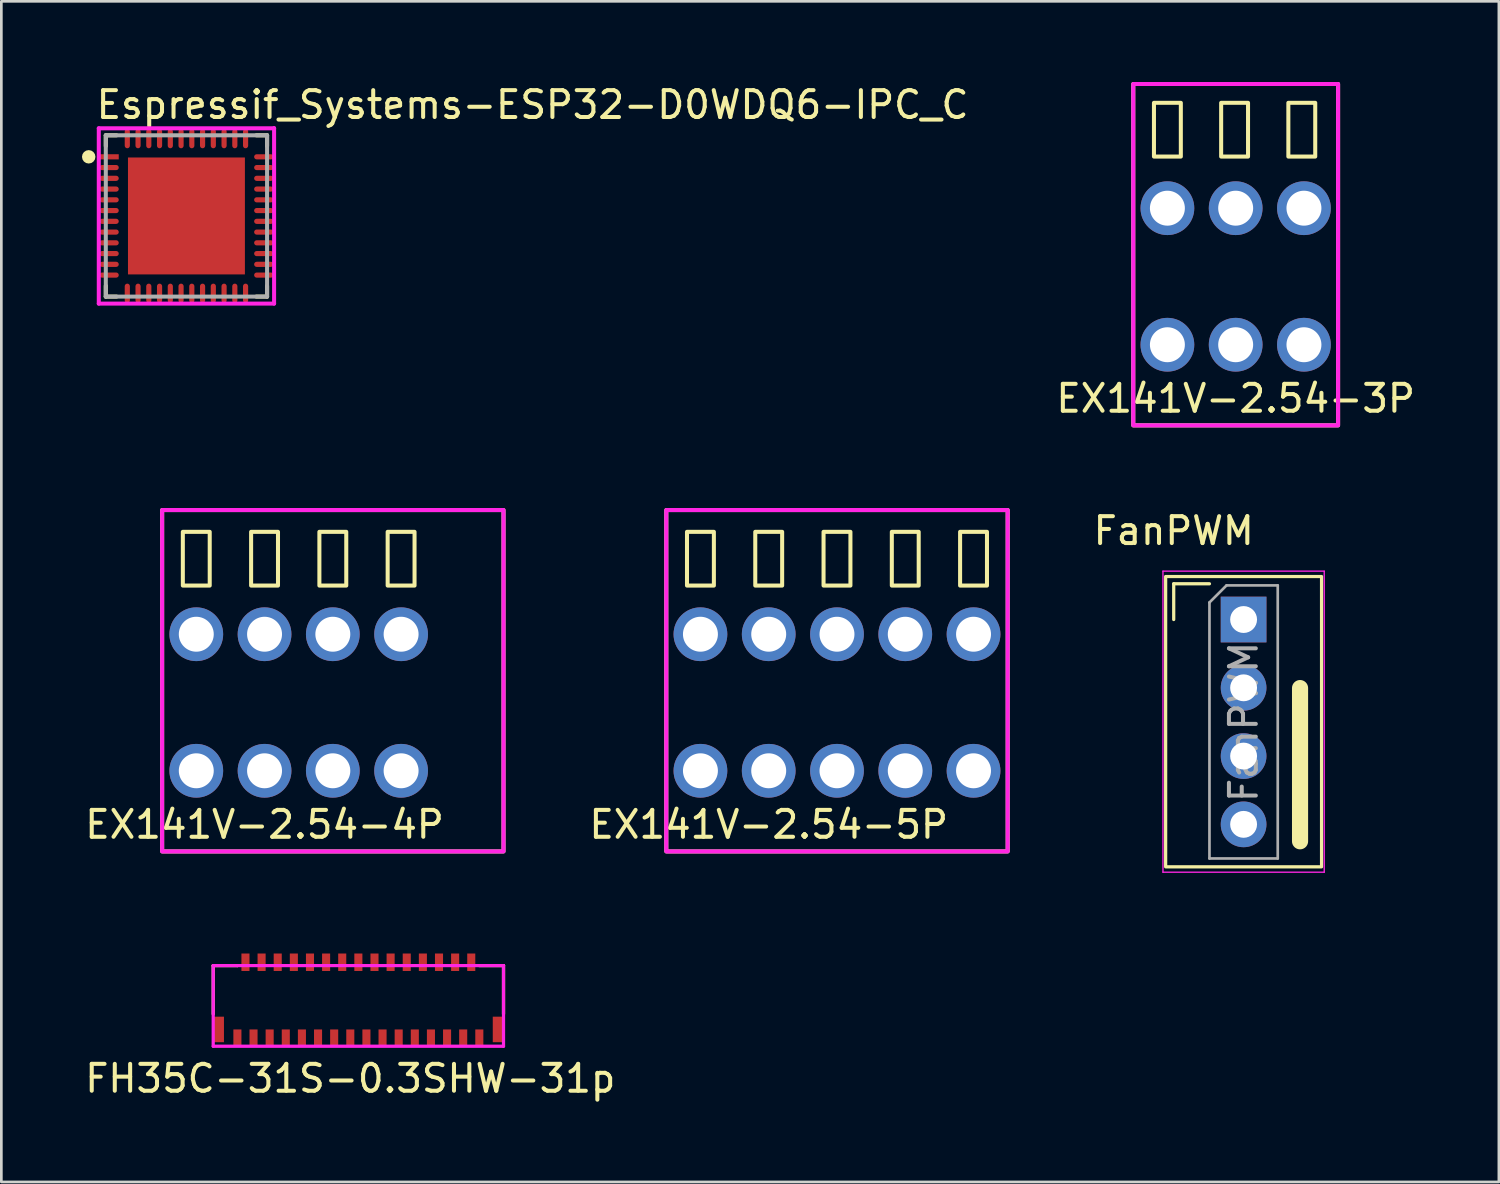
<source format=kicad_pcb>
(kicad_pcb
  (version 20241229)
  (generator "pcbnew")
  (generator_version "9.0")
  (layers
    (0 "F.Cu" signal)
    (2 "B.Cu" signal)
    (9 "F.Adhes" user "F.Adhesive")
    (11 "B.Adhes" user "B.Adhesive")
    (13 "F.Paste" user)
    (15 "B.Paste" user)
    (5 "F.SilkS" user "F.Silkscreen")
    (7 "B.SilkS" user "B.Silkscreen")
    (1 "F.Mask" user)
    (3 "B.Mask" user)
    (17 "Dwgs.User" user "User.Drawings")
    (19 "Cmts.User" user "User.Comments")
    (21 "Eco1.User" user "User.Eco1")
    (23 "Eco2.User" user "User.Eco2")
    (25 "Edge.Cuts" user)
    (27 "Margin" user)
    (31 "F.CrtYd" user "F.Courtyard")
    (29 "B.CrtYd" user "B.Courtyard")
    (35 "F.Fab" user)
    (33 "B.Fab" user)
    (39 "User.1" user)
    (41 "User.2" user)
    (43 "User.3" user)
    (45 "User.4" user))
  (footprint "FH35C-31S-0.3SHW-31p"
    (layer "F.Cu")
    (at 10.282 34.373)
    (property "Reference" "FH35C-31S-0.3SHW-31p" (at -0.3 2.7 0) (layer "F.SilkS") (effects (font (size 1 1) (thickness 0.15))))
    (attr through_hole)
    (fp_line (start -5.4 -1.5) (end -4.5 -1.5) (stroke (width 0.12) (type solid)) (layer "F.SilkS"))
    (fp_line (start -5.4 0.3) (end -5.4 -1.5) (stroke (width 0.12) (type solid)) (layer "F.SilkS"))
    (fp_line (start 4.5 -1.5) (end 5.4 -1.5) (stroke (width 0.12) (type solid)) (layer "F.SilkS"))
    (fp_line (start 5.4 -1.5) (end 5.4 0.3) (stroke (width 0.12) (type solid)) (layer "F.SilkS"))
    (fp_line (start -5.4 -1.5) (end -5.4 1.5) (stroke (width 0.12) (type solid)) (layer "F.CrtYd"))
    (fp_line (start -5.4 1.5) (end 5.4 1.5) (stroke (width 0.12) (type solid)) (layer "F.CrtYd"))
    (fp_line (start -4.5 -1.5) (end -5.4 -1.5) (stroke (width 0.12) (type solid)) (layer "F.CrtYd"))
    (fp_line (start 5.4 -1.5) (end -4.5 -1.5) (stroke (width 0.12) (type solid)) (layer "F.CrtYd"))
    (fp_line (start 5.4 1.5) (end 5.4 -1.5) (stroke (width 0.12) (type solid)) (layer "F.CrtYd"))
    (pad "" smd rect (at -5.2 0.875) (size 0.4 0.95) (layers "F.Cu" "F.Mask" "F.Paste"))
    (pad "" smd rect (at 5.2 0.875) (size 0.4 0.95) (layers "F.Cu" "F.Mask" "F.Paste"))
    (pad "1" smd rect (at 4.5 1.2) (size 0.3 0.65) (layers "F.Cu" "F.Mask" "F.Paste"))
    (pad "2" smd rect (at 4.2 -1.625) (size 0.3 0.65) (layers "F.Cu" "F.Mask" "F.Paste"))
    (pad "3" smd rect (at 3.9 1.2) (size 0.3 0.65) (layers "F.Cu" "F.Mask" "F.Paste"))
    (pad "4" smd rect (at 3.6 -1.625) (size 0.3 0.65) (layers "F.Cu" "F.Mask" "F.Paste"))
    (pad "5" smd rect (at 3.3 1.2) (size 0.3 0.65) (layers "F.Cu" "F.Mask" "F.Paste"))
    (pad "6" smd rect (at 3 -1.625) (size 0.3 0.65) (layers "F.Cu" "F.Mask" "F.Paste"))
    (pad "7" smd rect (at 2.7 1.2) (size 0.3 0.65) (layers "F.Cu" "F.Mask" "F.Paste"))
    (pad "8" smd rect (at 2.4 -1.625) (size 0.3 0.65) (layers "F.Cu" "F.Mask" "F.Paste"))
    (pad "9" smd rect (at 2.1 1.2) (size 0.3 0.65) (layers "F.Cu" "F.Mask" "F.Paste"))
    (pad "10" smd rect (at 1.8 -1.625) (size 0.3 0.65) (layers "F.Cu" "F.Mask" "F.Paste"))
    (pad "11" smd rect (at 1.5 1.2) (size 0.3 0.65) (layers "F.Cu" "F.Mask" "F.Paste"))
    (pad "12" smd rect (at 1.2 -1.625) (size 0.3 0.65) (layers "F.Cu" "F.Mask" "F.Paste"))
    (pad "13" smd rect (at 0.9 1.2) (size 0.3 0.65) (layers "F.Cu" "F.Mask" "F.Paste"))
    (pad "14" smd rect (at 0.6 -1.625) (size 0.3 0.65) (layers "F.Cu" "F.Mask" "F.Paste"))
    (pad "15" smd rect (at 0.3 1.2) (size 0.3 0.65) (layers "F.Cu" "F.Mask" "F.Paste"))
    (pad "16" smd rect (at 0 -1.625) (size 0.3 0.65) (layers "F.Cu" "F.Mask" "F.Paste"))
    (pad "17" smd rect (at -0.3 1.2) (size 0.3 0.65) (layers "F.Cu" "F.Mask" "F.Paste"))
    (pad "18" smd rect (at -0.6 -1.625) (size 0.3 0.65) (layers "F.Cu" "F.Mask" "F.Paste"))
    (pad "19" smd rect (at -0.9 1.2) (size 0.3 0.65) (layers "F.Cu" "F.Mask" "F.Paste"))
    (pad "20" smd rect (at -1.2 -1.625) (size 0.3 0.65) (layers "F.Cu" "F.Mask" "F.Paste"))
    (pad "21" smd rect (at -1.5 1.2) (size 0.3 0.65) (layers "F.Cu" "F.Mask" "F.Paste"))
    (pad "22" smd rect (at -1.8 -1.625) (size 0.3 0.65) (layers "F.Cu" "F.Mask" "F.Paste"))
    (pad "23" smd rect (at -2.1 1.2) (size 0.3 0.65) (layers "F.Cu" "F.Mask" "F.Paste"))
    (pad "24" smd rect (at -2.4 -1.625) (size 0.3 0.65) (layers "F.Cu" "F.Mask" "F.Paste"))
    (pad "25" smd rect (at -2.7 1.2) (size 0.3 0.65) (layers "F.Cu" "F.Mask" "F.Paste"))
    (pad "26" smd rect (at -3 -1.625) (size 0.3 0.65) (layers "F.Cu" "F.Mask" "F.Paste"))
    (pad "27" smd rect (at -3.3 1.2) (size 0.3 0.65) (layers "F.Cu" "F.Mask" "F.Paste"))
    (pad "28" smd rect (at -3.6 -1.625) (size 0.3 0.65) (layers "F.Cu" "F.Mask" "F.Paste"))
    (pad "29" smd rect (at -3.9 1.2) (size 0.3 0.65) (layers "F.Cu" "F.Mask" "F.Paste"))
    (pad "30" smd rect (at -4.2 -1.625) (size 0.3 0.65) (layers "F.Cu" "F.Mask" "F.Paste"))
    (pad "31" smd rect (at -4.5 1.2) (size 0.3 0.65) (layers "F.Cu" "F.Mask" "F.Paste")))
  (footprint "EX141V-2.54-4P"
    (layer "F.Cu")
    (at 4.252 25.625)
    (property "Reference" "EX141V-2.54-4P" (at 2.54 2 0) (unlocked yes) (layer "F.SilkS") (effects (font (size 1 1) (thickness 0.15))))
    (fp_rect (start -1.27 3) (end 11.43 -9.7) (stroke (width 0.15) (type solid)) (fill no) (layer "F.SilkS"))
    (fp_rect (start -0.5 -8.89) (end 0.5 -6.89) (stroke (width 0.15) (type solid)) (fill no) (layer "F.SilkS"))
    (fp_rect (start 2.04 -8.89) (end 3.04 -6.89) (stroke (width 0.15) (type solid)) (fill no) (layer "F.SilkS"))
    (fp_rect (start 4.58 -8.89) (end 5.58 -6.89) (stroke (width 0.15) (type solid)) (fill no) (layer "F.SilkS"))
    (fp_rect (start 7.12 -8.89) (end 8.12 -6.89) (stroke (width 0.15) (type solid)) (fill no) (layer "F.SilkS"))
    (fp_rect (start -1.27 3) (end 11.43 -9.7) (stroke (width 0.15) (type solid)) (fill no) (layer "F.CrtYd"))
    (pad "1" thru_hole circle (at 0 -5.08) (size 2 2) (drill 1.3) (layers "*.Cu" "*.Mask"))
    (pad "1" thru_hole circle (at 0 0) (size 2 2) (drill 1.3) (layers "*.Cu" "*.Mask"))
    (pad "2" thru_hole circle (at 2.54 -5.08) (size 2 2) (drill 1.3) (layers "*.Cu" "*.Mask"))
    (pad "2" thru_hole circle (at 2.54 0) (size 2 2) (drill 1.3) (layers "*.Cu" "*.Mask"))
    (pad "3" thru_hole circle (at 5.08 -5.08) (size 2 2) (drill 1.3) (layers "*.Cu" "*.Mask"))
    (pad "3" thru_hole circle (at 5.08 0) (size 2 2) (drill 1.3) (layers "*.Cu" "*.Mask"))
    (pad "4" thru_hole circle (at 7.62 -5.08) (size 2 2) (drill 1.3) (layers "*.Cu" "*.Mask"))
    (pad "4" thru_hole circle (at 7.62 0) (size 2 2) (drill 1.3) (layers "*.Cu" "*.Mask")))
  (footprint "FanPWM"
    (layer "F.Cu")
    (at 43.215 19.998)
    (property "Reference" "FanPWM" (at -2.6 -3.3 0) (layer "F.SilkS") (effects (font (size 1 1) (thickness 0.15))))
    (attr through_hole)
    (fp_line (start -2.6 -1.33) (end -1.27 -1.33) (stroke (width 0.12) (type solid)) (layer "F.SilkS"))
    (fp_line (start -2.6 0) (end -2.6 -1.33) (stroke (width 0.12) (type solid)) (layer "F.SilkS"))
    (fp_line (start 2.1 8.25) (end 2.1 2.55) (stroke (width 0.6) (type solid)) (layer "F.SilkS"))
    (fp_rect (start -2.9 -1.6) (end 2.9 9.2) (stroke (width 0.12) (type solid)) (fill no) (layer "F.SilkS"))
    (fp_line (start -3 -1.8) (end -3 9.4) (stroke (width 0.05) (type solid)) (layer "F.CrtYd"))
    (fp_line (start -3 9.4) (end 3 9.4) (stroke (width 0.05) (type solid)) (layer "F.CrtYd"))
    (fp_line (start 3 -1.8) (end -3 -1.8) (stroke (width 0.05) (type solid)) (layer "F.CrtYd"))
    (fp_line (start 3 9.4) (end 3 -1.8) (stroke (width 0.05) (type solid)) (layer "F.CrtYd"))
    (fp_line (start -1.27 -0.635) (end -0.635 -1.27) (stroke (width 0.1) (type solid)) (layer "F.Fab"))
    (fp_line (start -1.27 8.89) (end -1.27 -0.635) (stroke (width 0.1) (type solid)) (layer "F.Fab"))
    (fp_line (start -0.635 -1.27) (end 1.27 -1.27) (stroke (width 0.1) (type solid)) (layer "F.Fab"))
    (fp_line (start 1.27 -1.27) (end 1.27 8.89) (stroke (width 0.1) (type solid)) (layer "F.Fab"))
    (fp_line (start 1.27 8.89) (end -1.27 8.89) (stroke (width 0.1) (type solid)) (layer "F.Fab"))
    (fp_text user "${REFERENCE}" (at 0 3.81 90) (layer "F.Fab") (effects (font (size 1 1) (thickness 0.15))))
    (pad "1" thru_hole rect (at 0 0) (size 1.7 1.7) (drill 1) (layers "*.Cu" "*.Mask"))
    (pad "2" thru_hole oval (at 0 2.54) (size 1.7 1.7) (drill 1) (layers "*.Cu" "*.Mask"))
    (pad "3" thru_hole oval (at 0 5.08) (size 1.7 1.7) (drill 1) (layers "*.Cu" "*.Mask"))
    (pad "4" thru_hole oval (at 0 7.62) (size 1.7 1.7) (drill 1) (layers "*.Cu" "*.Mask")))
  (footprint "Espressif_Systems-ESP32-D0WDQ6-IPC_C"
    (layer "F.Cu")
    (at 3.886 4.984)
    (property "Reference" "Espressif_Systems-ESP32-D0WDQ6-IPC_C" (at -3.436 -4.136 0) (layer "F.SilkS") (effects (font (size 1 1) (thickness 0.15)) (justify left)))
    (attr through_hole)
    (fp_line (start -3 -3) (end -3 -2.6) (stroke (width 0.15) (type solid)) (layer "F.SilkS"))
    (fp_line (start -3 3) (end -3 2.6) (stroke (width 0.15) (type solid)) (layer "F.SilkS"))
    (fp_line (start -2.6 -3) (end -3 -3) (stroke (width 0.15) (type solid)) (layer "F.SilkS"))
    (fp_line (start -2.6 3) (end -3 3) (stroke (width 0.15) (type solid)) (layer "F.SilkS"))
    (fp_line (start 2.6 -3) (end 3 -3) (stroke (width 0.15) (type solid)) (layer "F.SilkS"))
    (fp_line (start 2.6 3) (end 3 3) (stroke (width 0.15) (type solid)) (layer "F.SilkS"))
    (fp_line (start 3 -3) (end 3 -2.6) (stroke (width 0.15) (type solid)) (layer "F.SilkS"))
    (fp_line (start 3 3) (end 3 2.6) (stroke (width 0.15) (type solid)) (layer "F.SilkS"))
    (fp_circle (center -3.636 -2.2) (end -3.511 -2.2) (stroke (width 0.25) (type solid)) (fill no) (layer "F.SilkS"))
    (fp_poly (pts (xy -1.376 -1.376) (xy 1.376 -1.376) (xy 1.376 1.376) (xy -1.376 1.376)) (stroke (width 0) (type solid)) (fill yes) (layer "F.Paste"))
    (fp_line (start -3.261 -3.261) (end -3.261 3.261) (stroke (width 0.15) (type solid)) (layer "F.CrtYd"))
    (fp_line (start -3.261 3.261) (end 3.261 3.261) (stroke (width 0.15) (type solid)) (layer "F.CrtYd"))
    (fp_line (start 3.261 -3.261) (end -3.261 -3.261) (stroke (width 0.15) (type solid)) (layer "F.CrtYd"))
    (fp_line (start 3.261 -3.261) (end 3.261 -3.261) (stroke (width 0.15) (type solid)) (layer "F.CrtYd"))
    (fp_line (start 3.261 3.261) (end 3.261 -3.261) (stroke (width 0.15) (type solid)) (layer "F.CrtYd"))
    (fp_line (start -3 -3) (end 3 -3) (stroke (width 0.15) (type solid)) (layer "F.Fab"))
    (fp_line (start -3 3) (end -3 -3) (stroke (width 0.15) (type solid)) (layer "F.Fab"))
    (fp_line (start 3 -3) (end 3 3) (stroke (width 0.15) (type solid)) (layer "F.Fab"))
    (fp_line (start 3 3) (end -3 3) (stroke (width 0.15) (type solid)) (layer "F.Fab"))
    (pad "1" smd rect (at -2.877 -2.2) (size 0.718 0.192) (layers "F.Cu" "F.Mask" "F.Paste"))
    (pad "2" smd roundrect (at -2.877 -1.8) (size 0.718 0.192) (layers "F.Cu" "F.Mask" "F.Paste") (roundrect_rratio 0.5))
    (pad "3" smd roundrect (at -2.877 -1.4) (size 0.718 0.192) (layers "F.Cu" "F.Mask" "F.Paste") (roundrect_rratio 0.5))
    (pad "4" smd roundrect (at -2.877 -1) (size 0.718 0.192) (layers "F.Cu" "F.Mask" "F.Paste") (roundrect_rratio 0.5))
    (pad "5" smd roundrect (at -2.877 -0.6) (size 0.718 0.192) (layers "F.Cu" "F.Mask" "F.Paste") (roundrect_rratio 0.5))
    (pad "6" smd roundrect (at -2.877 -0.2) (size 0.718 0.192) (layers "F.Cu" "F.Mask" "F.Paste") (roundrect_rratio 0.5))
    (pad "7" smd roundrect (at -2.877 0.2) (size 0.718 0.192) (layers "F.Cu" "F.Mask" "F.Paste") (roundrect_rratio 0.5))
    (pad "8" smd roundrect (at -2.877 0.6) (size 0.718 0.192) (layers "F.Cu" "F.Mask" "F.Paste") (roundrect_rratio 0.5))
    (pad "9" smd roundrect (at -2.877 1) (size 0.718 0.192) (layers "F.Cu" "F.Mask" "F.Paste") (roundrect_rratio 0.5))
    (pad "10" smd roundrect (at -2.877 1.4) (size 0.718 0.192) (layers "F.Cu" "F.Mask" "F.Paste") (roundrect_rratio 0.5))
    (pad "11" smd roundrect (at -2.877 1.8) (size 0.718 0.192) (layers "F.Cu" "F.Mask" "F.Paste") (roundrect_rratio 0.5))
    (pad "12" smd roundrect (at -2.877 2.2) (size 0.718 0.192) (layers "F.Cu" "F.Mask" "F.Paste") (roundrect_rratio 0.5))
    (pad "13" smd roundrect (at -2.2 2.877) (size 0.192 0.718) (layers "F.Cu" "F.Mask" "F.Paste") (roundrect_rratio 0.5))
    (pad "14" smd roundrect (at -1.8 2.877) (size 0.192 0.718) (layers "F.Cu" "F.Mask" "F.Paste") (roundrect_rratio 0.5))
    (pad "15" smd roundrect (at -1.4 2.877) (size 0.192 0.718) (layers "F.Cu" "F.Mask" "F.Paste") (roundrect_rratio 0.5))
    (pad "16" smd roundrect (at -1 2.877) (size 0.192 0.718) (layers "F.Cu" "F.Mask" "F.Paste") (roundrect_rratio 0.5))
    (pad "17" smd roundrect (at -0.6 2.877) (size 0.192 0.718) (layers "F.Cu" "F.Mask" "F.Paste") (roundrect_rratio 0.5))
    (pad "18" smd roundrect (at -0.2 2.877) (size 0.192 0.718) (layers "F.Cu" "F.Mask" "F.Paste") (roundrect_rratio 0.5))
    (pad "19" smd roundrect (at 0.2 2.877) (size 0.192 0.718) (layers "F.Cu" "F.Mask" "F.Paste") (roundrect_rratio 0.5))
    (pad "20" smd roundrect (at 0.6 2.877) (size 0.192 0.718) (layers "F.Cu" "F.Mask" "F.Paste") (roundrect_rratio 0.5))
    (pad "21" smd roundrect (at 1 2.877) (size 0.192 0.718) (layers "F.Cu" "F.Mask" "F.Paste") (roundrect_rratio 0.5))
    (pad "22" smd roundrect (at 1.4 2.877) (size 0.192 0.718) (layers "F.Cu" "F.Mask" "F.Paste") (roundrect_rratio 0.5))
    (pad "23" smd roundrect (at 1.8 2.877) (size 0.192 0.718) (layers "F.Cu" "F.Mask" "F.Paste") (roundrect_rratio 0.5))
    (pad "24" smd roundrect (at 2.2 2.877) (size 0.192 0.718) (layers "F.Cu" "F.Mask" "F.Paste") (roundrect_rratio 0.5))
    (pad "25" smd roundrect (at 2.877 2.2) (size 0.718 0.192) (layers "F.Cu" "F.Mask" "F.Paste") (roundrect_rratio 0.5))
    (pad "26" smd roundrect (at 2.877 1.8) (size 0.718 0.192) (layers "F.Cu" "F.Mask" "F.Paste") (roundrect_rratio 0.5))
    (pad "27" smd roundrect (at 2.877 1.4) (size 0.718 0.192) (layers "F.Cu" "F.Mask" "F.Paste") (roundrect_rratio 0.5))
    (pad "28" smd roundrect (at 2.877 1) (size 0.718 0.192) (layers "F.Cu" "F.Mask" "F.Paste") (roundrect_rratio 0.5))
    (pad "29" smd roundrect (at 2.877 0.6) (size 0.718 0.192) (layers "F.Cu" "F.Mask" "F.Paste") (roundrect_rratio 0.5))
    (pad "30" smd roundrect (at 2.877 0.2) (size 0.718 0.192) (layers "F.Cu" "F.Mask" "F.Paste") (roundrect_rratio 0.5))
    (pad "31" smd roundrect (at 2.877 -0.2) (size 0.718 0.192) (layers "F.Cu" "F.Mask" "F.Paste") (roundrect_rratio 0.5))
    (pad "32" smd roundrect (at 2.877 -0.6) (size 0.718 0.192) (layers "F.Cu" "F.Mask" "F.Paste") (roundrect_rratio 0.5))
    (pad "33" smd roundrect (at 2.877 -1) (size 0.718 0.192) (layers "F.Cu" "F.Mask" "F.Paste") (roundrect_rratio 0.5))
    (pad "34" smd roundrect (at 2.877 -1.4) (size 0.718 0.192) (layers "F.Cu" "F.Mask" "F.Paste") (roundrect_rratio 0.5))
    (pad "35" smd roundrect (at 2.877 -1.8) (size 0.718 0.192) (layers "F.Cu" "F.Mask" "F.Paste") (roundrect_rratio 0.5))
    (pad "36" smd roundrect (at 2.877 -2.2) (size 0.718 0.192) (layers "F.Cu" "F.Mask" "F.Paste") (roundrect_rratio 0.5))
    (pad "37" smd roundrect (at 2.2 -2.877) (size 0.192 0.718) (layers "F.Cu" "F.Mask" "F.Paste") (roundrect_rratio 0.5))
    (pad "38" smd roundrect (at 1.8 -2.877) (size 0.192 0.718) (layers "F.Cu" "F.Mask" "F.Paste") (roundrect_rratio 0.5))
    (pad "39" smd roundrect (at 1.4 -2.877) (size 0.192 0.718) (layers "F.Cu" "F.Mask" "F.Paste") (roundrect_rratio 0.5))
    (pad "40" smd roundrect (at 1 -2.877) (size 0.192 0.718) (layers "F.Cu" "F.Mask" "F.Paste") (roundrect_rratio 0.5))
    (pad "41" smd roundrect (at 0.6 -2.877) (size 0.192 0.718) (layers "F.Cu" "F.Mask" "F.Paste") (roundrect_rratio 0.5))
    (pad "42" smd roundrect (at 0.2 -2.877) (size 0.192 0.718) (layers "F.Cu" "F.Mask" "F.Paste") (roundrect_rratio 0.5))
    (pad "43" smd roundrect (at -0.2 -2.877) (size 0.192 0.718) (layers "F.Cu" "F.Mask" "F.Paste") (roundrect_rratio 0.5))
    (pad "44" smd roundrect (at -0.6 -2.877) (size 0.192 0.718) (layers "F.Cu" "F.Mask" "F.Paste") (roundrect_rratio 0.5))
    (pad "45" smd roundrect (at -1 -2.877) (size 0.192 0.718) (layers "F.Cu" "F.Mask" "F.Paste") (roundrect_rratio 0.5))
    (pad "46" smd roundrect (at -1.4 -2.877) (size 0.192 0.718) (layers "F.Cu" "F.Mask" "F.Paste") (roundrect_rratio 0.5))
    (pad "47" smd roundrect (at -1.8 -2.877) (size 0.192 0.718) (layers "F.Cu" "F.Mask" "F.Paste") (roundrect_rratio 0.5))
    (pad "48" smd roundrect (at -2.2 -2.877) (size 0.192 0.718) (layers "F.Cu" "F.Mask" "F.Paste") (roundrect_rratio 0.5))
    (pad "49" smd rect (at 0 0) (size 4.35 4.35) (layers "F.Cu" "F.Mask")))
  (footprint "EX141V-2.54-3P"
    (layer "F.Cu")
    (at 40.38 9.775)
    (property "Reference" "EX141V-2.54-3P" (at 2.54 2 0) (unlocked yes) (layer "F.SilkS") (effects (font (size 1 1) (thickness 0.15))))
    (fp_rect (start -1.27 3) (end 6.35 -9.7) (stroke (width 0.15) (type solid)) (fill no) (layer "F.SilkS"))
    (fp_rect (start -0.5 -9) (end 0.5 -7) (stroke (width 0.15) (type solid)) (fill no) (layer "F.SilkS"))
    (fp_rect (start 2 -9) (end 3 -7) (stroke (width 0.15) (type solid)) (fill no) (layer "F.SilkS"))
    (fp_rect (start 4.5 -9) (end 5.5 -7) (stroke (width 0.15) (type solid)) (fill no) (layer "F.SilkS"))
    (fp_rect (start -1.27 3) (end 6.35 -9.7) (stroke (width 0.15) (type solid)) (fill no) (layer "F.CrtYd"))
    (pad "1" thru_hole circle (at 0 -5.08) (size 2 2) (drill 1.3) (layers "*.Cu" "*.Mask"))
    (pad "1" thru_hole circle (at 0 0) (size 2 2) (drill 1.3) (layers "*.Cu" "*.Mask"))
    (pad "2" thru_hole circle (at 2.54 -5.08) (size 2 2) (drill 1.3) (layers "*.Cu" "*.Mask"))
    (pad "2" thru_hole circle (at 2.54 0) (size 2 2) (drill 1.3) (layers "*.Cu" "*.Mask"))
    (pad "3" thru_hole circle (at 5.08 -5.08) (size 2 2) (drill 1.3) (layers "*.Cu" "*.Mask"))
    (pad "3" thru_hole circle (at 5.08 0) (size 2 2) (drill 1.3) (layers "*.Cu" "*.Mask")))
  (footprint "EX141V-2.54-5P"
    (layer "F.Cu")
    (at 23.008 25.625)
    (property "Reference" "EX141V-2.54-5P" (at 2.54 2 0) (unlocked yes) (layer "F.SilkS") (effects (font (size 1 1) (thickness 0.15))))
    (fp_rect (start -1.27 3) (end 11.43 -9.7) (stroke (width 0.15) (type solid)) (fill no) (layer "F.SilkS"))
    (fp_rect (start -0.5 -8.89) (end 0.5 -6.89) (stroke (width 0.15) (type solid)) (fill no) (layer "F.SilkS"))
    (fp_rect (start 2.04 -8.89) (end 3.04 -6.89) (stroke (width 0.15) (type solid)) (fill no) (layer "F.SilkS"))
    (fp_rect (start 4.58 -8.89) (end 5.58 -6.89) (stroke (width 0.15) (type solid)) (fill no) (layer "F.SilkS"))
    (fp_rect (start 7.12 -8.89) (end 8.12 -6.89) (stroke (width 0.15) (type solid)) (fill no) (layer "F.SilkS"))
    (fp_rect (start 9.66 -8.89) (end 10.66 -6.89) (stroke (width 0.15) (type solid)) (fill no) (layer "F.SilkS"))
    (fp_rect (start -1.27 3) (end 11.43 -9.7) (stroke (width 0.15) (type solid)) (fill no) (layer "F.CrtYd"))
    (pad "1" thru_hole circle (at 0 -5.08) (size 2 2) (drill 1.3) (layers "*.Cu" "*.Mask"))
    (pad "1" thru_hole circle (at 0 0) (size 2 2) (drill 1.3) (layers "*.Cu" "*.Mask"))
    (pad "2" thru_hole circle (at 2.54 -5.08) (size 2 2) (drill 1.3) (layers "*.Cu" "*.Mask"))
    (pad "2" thru_hole circle (at 2.54 0) (size 2 2) (drill 1.3) (layers "*.Cu" "*.Mask"))
    (pad "3" thru_hole circle (at 5.08 -5.08) (size 2 2) (drill 1.3) (layers "*.Cu" "*.Mask"))
    (pad "3" thru_hole circle (at 5.08 0) (size 2 2) (drill 1.3) (layers "*.Cu" "*.Mask"))
    (pad "4" thru_hole circle (at 7.62 -5.08) (size 2 2) (drill 1.3) (layers "*.Cu" "*.Mask"))
    (pad "4" thru_hole circle (at 7.62 0) (size 2 2) (drill 1.3) (layers "*.Cu" "*.Mask"))
    (pad "5" thru_hole circle (at 10.16 -5.08 90) (size 2 2) (drill 1.3) (layers "*.Cu" "*.Mask"))
    (pad "5" thru_hole circle (at 10.16 0 90) (size 2 2) (drill 1.3) (layers "*.Cu" "*.Mask")))
  (gr_rect
    (start -3 -3)
    (end 52.712 40.922)
    (stroke (width 0.1) (type default))
    (fill no)
    (layer "Edge.Cuts")))
</source>
